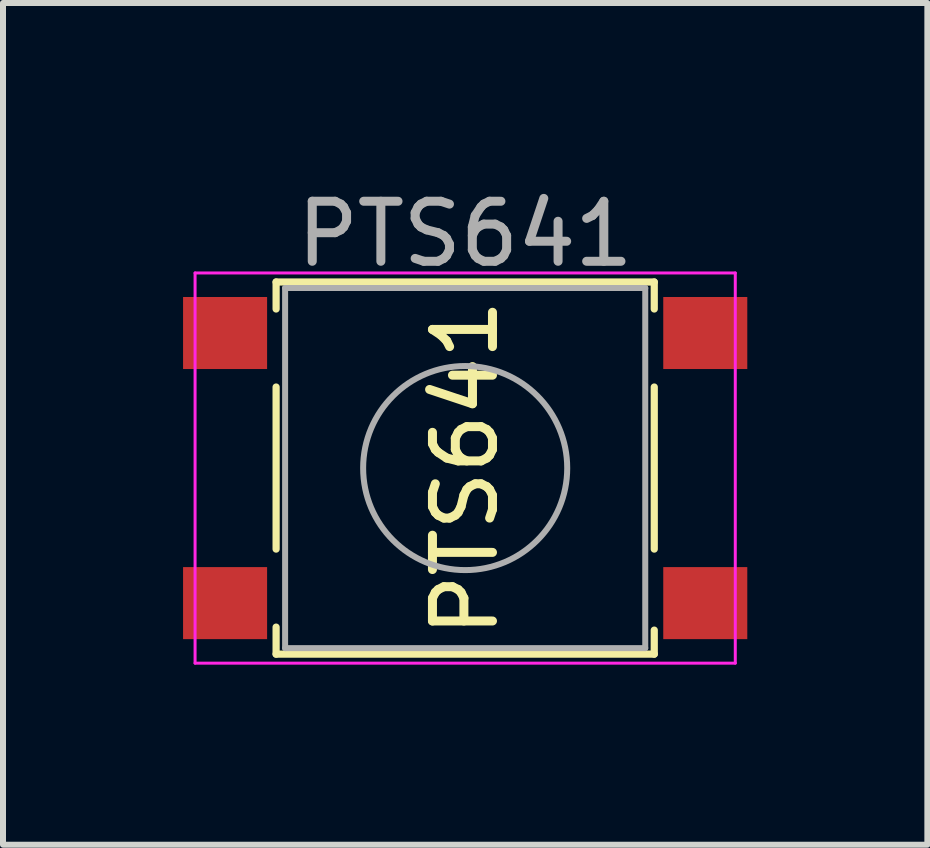
<source format=kicad_pcb>
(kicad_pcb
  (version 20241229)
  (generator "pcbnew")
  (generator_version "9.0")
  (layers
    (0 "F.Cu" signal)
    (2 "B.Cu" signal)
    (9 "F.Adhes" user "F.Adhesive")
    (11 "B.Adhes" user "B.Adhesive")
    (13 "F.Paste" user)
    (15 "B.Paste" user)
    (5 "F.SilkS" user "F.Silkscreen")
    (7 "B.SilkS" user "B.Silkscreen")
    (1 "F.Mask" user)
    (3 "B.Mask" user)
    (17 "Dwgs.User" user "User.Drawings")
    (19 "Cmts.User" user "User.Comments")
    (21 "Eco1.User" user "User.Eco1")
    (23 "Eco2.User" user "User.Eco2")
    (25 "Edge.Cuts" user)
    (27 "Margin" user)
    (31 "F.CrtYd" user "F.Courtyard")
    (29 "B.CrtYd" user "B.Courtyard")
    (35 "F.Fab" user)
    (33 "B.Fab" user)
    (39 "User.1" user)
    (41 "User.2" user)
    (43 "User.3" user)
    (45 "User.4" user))
  (footprint "PTS641"
    (layer "F.Cu")
    (at 4.7 4.748)
    (property "Reference" "PTS641" (at 0 0 90) (layer "F.SilkS") (effects (font (size 1 1) (thickness 0.15))))
    (attr smd)
    (fp_line (start -3.15 -3.1) (end 3.15 -3.1) (stroke (width 0.12) (type solid)) (layer "F.SilkS"))
    (fp_line (start -3.15 -2.65) (end -3.15 -3.1) (stroke (width 0.12) (type solid)) (layer "F.SilkS"))
    (fp_line (start -3.15 1.35) (end -3.15 -1.35) (stroke (width 0.12) (type solid)) (layer "F.SilkS"))
    (fp_line (start -3.15 2.65) (end -3.15 3.1) (stroke (width 0.12) (type solid)) (layer "F.SilkS"))
    (fp_line (start -3.15 3.1) (end 3.15 3.1) (stroke (width 0.12) (type solid)) (layer "F.SilkS"))
    (fp_line (start 3.15 -3.1) (end 3.15 -2.65) (stroke (width 0.12) (type solid)) (layer "F.SilkS"))
    (fp_line (start 3.15 -1.35) (end 3.15 1.35) (stroke (width 0.12) (type solid)) (layer "F.SilkS"))
    (fp_line (start 3.15 3.1) (end 3.15 2.7) (stroke (width 0.12) (type solid)) (layer "F.SilkS"))
    (fp_line (start -4.5 -3.25) (end 4.5 -3.25) (stroke (width 0.05) (type solid)) (layer "F.CrtYd"))
    (fp_line (start -4.5 3.25) (end -4.5 -3.25) (stroke (width 0.05) (type solid)) (layer "F.CrtYd"))
    (fp_line (start 4.5 -3.25) (end 4.5 3.25) (stroke (width 0.05) (type solid)) (layer "F.CrtYd"))
    (fp_line (start 4.5 3.25) (end -4.5 3.25) (stroke (width 0.05) (type solid)) (layer "F.CrtYd"))
    (fp_line (start -3 -3) (end 3 -3) (stroke (width 0.1) (type solid)) (layer "F.Fab"))
    (fp_line (start -3 3) (end -3 -3) (stroke (width 0.1) (type solid)) (layer "F.Fab"))
    (fp_line (start 3 -3) (end 3 3) (stroke (width 0.1) (type solid)) (layer "F.Fab"))
    (fp_line (start 3 3) (end -3 3) (stroke (width 0.1) (type solid)) (layer "F.Fab"))
    (fp_circle (center 0 0) (end 1.7 0) (stroke (width 0.1) (type solid)) (fill no) (layer "F.Fab"))
    (fp_text user "${REFERENCE}" (at 0 -3.9 0) (layer "F.Fab") (effects (font (size 1 1) (thickness 0.15))))
    (pad "1" smd rect (at -4 -2.25) (size 1.4 1.2) (layers "F.Cu" "F.Mask" "F.Paste"))
    (pad "1" smd rect (at 4 -2.25) (size 1.4 1.2) (layers "F.Cu" "F.Mask" "F.Paste"))
    (pad "2" smd rect (at -4 2.25) (size 1.4 1.2) (layers "F.Cu" "F.Mask" "F.Paste"))
    (pad "2" smd rect (at 4 2.25) (size 1.4 1.2) (layers "F.Cu" "F.Mask" "F.Paste")))
  (gr_rect
    (start -3 -3)
    (end 12.4 11.023)
    (stroke (width 0.1) (type default))
    (fill no)
    (layer "Edge.Cuts")))
</source>
